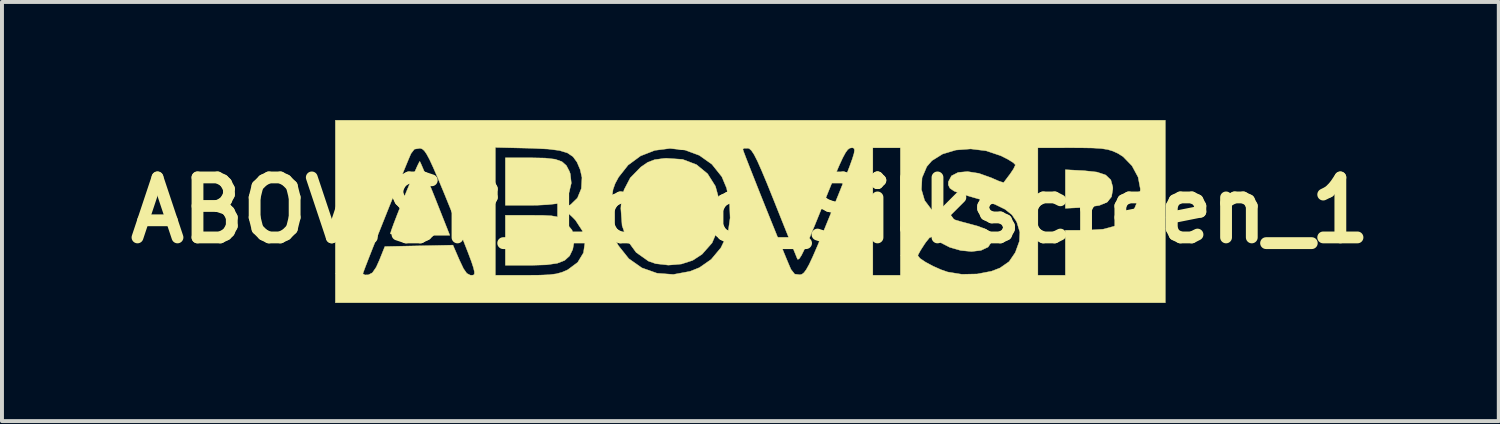
<source format=kicad_pcb>
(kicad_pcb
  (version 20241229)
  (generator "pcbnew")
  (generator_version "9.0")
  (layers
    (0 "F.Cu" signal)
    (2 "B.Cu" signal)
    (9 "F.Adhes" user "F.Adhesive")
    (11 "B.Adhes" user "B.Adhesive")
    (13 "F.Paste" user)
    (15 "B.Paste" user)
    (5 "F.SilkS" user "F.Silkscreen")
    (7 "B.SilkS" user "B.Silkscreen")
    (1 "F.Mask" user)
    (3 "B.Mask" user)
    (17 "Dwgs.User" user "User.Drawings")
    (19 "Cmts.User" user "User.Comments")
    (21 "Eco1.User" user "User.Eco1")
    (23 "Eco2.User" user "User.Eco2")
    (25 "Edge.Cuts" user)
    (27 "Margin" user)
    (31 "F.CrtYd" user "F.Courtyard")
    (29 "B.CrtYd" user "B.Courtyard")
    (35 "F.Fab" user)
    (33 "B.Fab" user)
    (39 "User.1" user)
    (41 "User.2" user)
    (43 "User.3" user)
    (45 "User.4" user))
  (footprint "ABOVISP_Logo_Silkscreen_1"
    (layer "F.Cu")
    (at 16.009 2.291)
    (property "Reference" "ABOVISP_Logo_Silkscreen_1" (at 0 0 0) (layer "F.SilkS") (effects (font (size 1.524 1.524) (thickness 0.3))))
    (attr through_hole)
    (fp_poly (pts (xy 8.472 -1.006) (xy 8.804 -0.97) (xy 9.027 -0.895) (xy 9.156 -0.771) (xy 9.206 -0.59) (xy 9.207 -0.54) (xy 9.174 -0.344) (xy 9.065 -0.208) (xy 8.864 -0.123) (xy 8.558 -0.079) (xy 8.472 -0.073) (xy 8.001 -0.05) (xy 8.001 -1.03) (xy 8.472 -1.006)) (stroke (width 0.01) (type solid)) (fill yes) (layer "F.SilkS"))
    (fp_poly (pts (xy -5.213 -1.326) (xy -4.96 -1.297) (xy -4.787 -1.236) (xy -4.673 -1.136) (xy -4.595 -0.987) (xy -4.574 -0.926) (xy -4.548 -0.69) (xy -4.605 -0.453) (xy -4.728 -0.262) (xy -4.816 -0.196) (xy -4.933 -0.166) (xy -5.142 -0.143) (xy -5.409 -0.129) (xy -5.584 -0.127) (xy -6.223 -0.127) (xy -6.223 -1.333) (xy -5.57 -1.333) (xy -5.213 -1.326)) (stroke (width 0.01) (type solid)) (fill yes) (layer "F.SilkS"))
    (fp_poly (pts (xy -5.259 0.129) (xy -5.054 0.14) (xy -4.916 0.164) (xy -4.815 0.208) (xy -4.721 0.277) (xy -4.711 0.286) (xy -4.529 0.504) (xy -4.469 0.754) (xy -4.511 0.992) (xy -4.59 1.157) (xy -4.715 1.272) (xy -4.904 1.346) (xy -5.178 1.385) (xy -5.556 1.397) (xy -5.585 1.397) (xy -6.223 1.397) (xy -6.223 0.127) (xy -5.561 0.127) (xy -5.259 0.129)) (stroke (width 0.01) (type solid)) (fill yes) (layer "F.SilkS"))
    (fp_poly (pts (xy -8.364 -1.175) (xy -8.294 -1.012) (xy -8.194 -0.772) (xy -8.075 -0.476) (xy -8 -0.289) (xy -7.634 0.635) (xy -8.389 0.635) (xy -8.682 0.632) (xy -8.921 0.624) (xy -9.084 0.612) (xy -9.144 0.598) (xy -9.144 0.598) (xy -9.122 0.518) (xy -9.062 0.351) (xy -8.974 0.122) (xy -8.868 -0.147) (xy -8.754 -0.43) (xy -8.641 -0.703) (xy -8.539 -0.944) (xy -8.458 -1.127) (xy -8.407 -1.229) (xy -8.396 -1.242) (xy -8.364 -1.175)) (stroke (width 0.01) (type solid)) (fill yes) (layer "F.SilkS"))
    (fp_poly (pts (xy -1.721 -1.293) (xy -1.368 -1.159) (xy -1.087 -0.928) (xy -0.887 -0.611) (xy -0.779 -0.218) (xy -0.763 0.032) (xy -0.816 0.464) (xy -0.972 0.828) (xy -1.227 1.117) (xy -1.466 1.273) (xy -1.752 1.365) (xy -2.083 1.393) (xy -2.404 1.356) (xy -2.588 1.292) (xy -2.9 1.071) (xy -3.125 0.765) (xy -3.258 0.388) (xy -3.29 -0.047) (xy -3.283 -0.143) (xy -3.209 -0.519) (xy -3.05 -0.824) (xy -2.787 -1.093) (xy -2.776 -1.102) (xy -2.606 -1.219) (xy -2.432 -1.285) (xy -2.198 -1.317) (xy -2.136 -1.321) (xy -1.721 -1.293)) (stroke (width 0.01) (type solid)) (fill yes) (layer "F.SilkS"))
    (fp_poly (pts (xy 10.541 2.349) (xy -10.541 2.349) (xy -10.541 1.613) (xy -9.842 1.613) (xy -9.79 1.642) (xy -9.703 1.64) (xy -9.6 1.587) (xy -9.503 1.446) (xy -9.424 1.27) (xy -9.284 0.921) (xy -7.554 0.885) (xy -7.388 1.268) (xy -7.286 1.483) (xy -7.202 1.602) (xy -7.117 1.647) (xy -7.076 1.651) (xy -6.477 1.651) (xy -5.697 1.651) (xy -5.354 1.648) (xy -5.107 1.637) (xy -4.928 1.614) (xy -4.785 1.575) (xy -4.649 1.516) (xy -4.634 1.508) (xy -4.385 1.322) (xy -4.239 1.08) (xy -4.199 0.807) (xy -4.265 0.523) (xy -4.442 0.252) (xy -4.505 0.187) (xy -4.668 0.032) (xy -3.524 0.032) (xy -3.52 0.32) (xy -3.502 0.522) (xy -3.461 0.678) (xy -3.391 0.828) (xy -3.349 0.901) (xy -3.088 1.229) (xy -2.755 1.463) (xy -2.371 1.599) (xy -1.956 1.63) (xy -1.53 1.551) (xy -1.293 1.456) (xy -0.995 1.248) (xy -0.748 0.952) (xy -0.582 0.604) (xy -0.564 0.546) (xy -0.514 0.195) (xy -0.529 -0.192) (xy -0.603 -0.563) (xy -0.724 -0.852) (xy -0.977 -1.169) (xy -1.296 -1.395) (xy -1.658 -1.529) (xy -1.84 -1.549) (xy -0.191 -1.549) (xy -0.168 -1.482) (xy -0.105 -1.316) (xy -0.009 -1.071) (xy 0.111 -0.767) (xy 0.248 -0.421) (xy 0.395 -0.054) (xy 0.544 0.316) (xy 0.687 0.669) (xy 0.816 0.986) (xy 0.923 1.247) (xy 1.002 1.434) (xy 1.032 1.502) (xy 1.126 1.621) (xy 1.261 1.638) (xy 1.312 1.624) (xy 1.363 1.584) (xy 1.421 1.505) (xy 1.493 1.376) (xy 1.584 1.182) (xy 1.702 0.91) (xy 1.853 0.549) (xy 2.043 0.084) (xy 2.07 0.016) (xy 2.263 -0.46) (xy 2.411 -0.831) (xy 2.52 -1.11) (xy 2.592 -1.311) (xy 2.633 -1.446) (xy 2.645 -1.528) (xy 2.634 -1.57) (xy 2.603 -1.586) (xy 2.574 -1.587) (xy 3.111 -1.587) (xy 3.111 1.651) (xy 3.81 1.651) (xy 3.81 1.153) (xy 4.255 1.153) (xy 4.308 1.221) (xy 4.447 1.315) (xy 4.638 1.418) (xy 4.848 1.511) (xy 5.013 1.568) (xy 5.371 1.626) (xy 5.76 1.618) (xy 6.126 1.548) (xy 6.341 1.465) (xy 6.572 1.304) (xy 6.724 1.081) (xy 6.734 1.06) (xy 6.833 0.787) (xy 6.845 0.557) (xy 6.774 0.32) (xy 6.754 0.276) (xy 6.644 0.114) (xy 6.47 -0.025) (xy 6.214 -0.15) (xy 5.857 -0.271) (xy 5.672 -0.324) (xy 5.372 -0.411) (xy 5.177 -0.486) (xy 5.069 -0.56) (xy 5.028 -0.644) (xy 5.029 -0.723) (xy 5.108 -0.874) (xy 5.276 -0.961) (xy 5.515 -0.983) (xy 5.804 -0.938) (xy 6.121 -0.825) (xy 6.147 -0.813) (xy 6.31 -0.742) (xy 6.416 -0.707) (xy 6.437 -0.707) (xy 6.482 -0.768) (xy 6.573 -0.889) (xy 6.592 -0.913) (xy 6.684 -1.05) (xy 6.73 -1.147) (xy 6.731 -1.155) (xy 6.678 -1.21) (xy 6.539 -1.296) (xy 6.366 -1.384) (xy 5.988 -1.511) (xy 5.598 -1.559) (xy 5.22 -1.53) (xy 4.883 -1.429) (xy 4.612 -1.26) (xy 4.482 -1.11) (xy 4.361 -0.826) (xy 4.345 -0.529) (xy 4.427 -0.249) (xy 4.6 -0.02) (xy 4.704 0.057) (xy 4.859 0.129) (xy 5.095 0.213) (xy 5.37 0.294) (xy 5.467 0.319) (xy 5.784 0.405) (xy 5.992 0.486) (xy 6.108 0.573) (xy 6.148 0.677) (xy 6.134 0.791) (xy 6.039 0.934) (xy 5.858 1.019) (xy 5.618 1.047) (xy 5.345 1.021) (xy 5.066 0.941) (xy 4.807 0.808) (xy 4.689 0.718) (xy 4.616 0.672) (xy 4.55 0.697) (xy 4.459 0.809) (xy 4.419 0.867) (xy 4.321 1.02) (xy 4.262 1.129) (xy 4.255 1.153) (xy 3.81 1.153) (xy 3.81 -1.587) (xy 7.303 -1.587) (xy 7.303 1.651) (xy 8.001 1.651) (xy 8.001 0.508) (xy 8.527 0.508) (xy 8.958 0.481) (xy 9.29 0.393) (xy 9.54 0.239) (xy 9.725 0.008) (xy 9.763 -0.061) (xy 9.849 -0.271) (xy 9.9 -0.473) (xy 9.906 -0.54) (xy 9.849 -0.841) (xy 9.694 -1.129) (xy 9.468 -1.362) (xy 9.337 -1.445) (xy 9.209 -1.503) (xy 9.078 -1.543) (xy 8.918 -1.568) (xy 8.701 -1.582) (xy 8.399 -1.587) (xy 8.178 -1.588) (xy 7.303 -1.587) (xy 3.81 -1.587) (xy 3.111 -1.587) (xy 2.574 -1.587) (xy 2.524 -1.578) (xy 2.474 -1.541) (xy 2.417 -1.463) (xy 2.345 -1.33) (xy 2.253 -1.13) (xy 2.133 -0.847) (xy 1.98 -0.471) (xy 1.837 -0.115) (xy 1.647 0.354) (xy 1.497 0.714) (xy 1.383 0.973) (xy 1.299 1.143) (xy 1.241 1.231) (xy 1.205 1.248) (xy 1.194 1.234) (xy 1.156 1.141) (xy 1.078 0.949) (xy 0.968 0.676) (xy 0.834 0.342) (xy 0.683 -0.036) (xy 0.609 -0.222) (xy 0.43 -0.666) (xy 0.289 -1.003) (xy 0.18 -1.249) (xy 0.095 -1.416) (xy 0.028 -1.517) (xy -0.028 -1.566) (xy -0.057 -1.576) (xy -0.163 -1.574) (xy -0.191 -1.549) (xy -1.84 -1.549) (xy -2.042 -1.571) (xy -2.426 -1.522) (xy -2.788 -1.381) (xy -3.105 -1.148) (xy -3.347 -0.841) (xy -3.434 -0.679) (xy -3.487 -0.531) (xy -3.514 -0.355) (xy -3.524 -0.11) (xy -3.524 0.032) (xy -4.668 0.032) (xy -4.743 -0.04) (xy -4.567 -0.142) (xy -4.393 -0.31) (xy -4.293 -0.552) (xy -4.277 -0.831) (xy -4.322 -1.032) (xy -4.403 -1.222) (xy -4.504 -1.361) (xy -4.646 -1.457) (xy -4.85 -1.519) (xy -5.135 -1.555) (xy -5.522 -1.574) (xy -5.624 -1.577) (xy -6.477 -1.597) (xy -6.477 1.651) (xy -7.076 1.651) (xy -7.035 1.646) (xy -7.011 1.621) (xy -7.009 1.565) (xy -7.032 1.463) (xy -7.084 1.304) (xy -7.171 1.073) (xy -7.294 0.759) (xy -7.46 0.348) (xy -7.582 0.048) (xy -7.777 -0.432) (xy -7.933 -0.806) (xy -8.055 -1.088) (xy -8.149 -1.291) (xy -8.223 -1.428) (xy -8.282 -1.513) (xy -8.334 -1.557) (xy -8.385 -1.574) (xy -8.391 -1.575) (xy -8.534 -1.552) (xy -8.62 -1.439) (xy -8.678 -1.305) (xy -8.769 -1.085) (xy -8.887 -0.798) (xy -9.022 -0.465) (xy -9.169 -0.103) (xy -9.317 0.268) (xy -9.461 0.629) (xy -9.593 0.96) (xy -9.704 1.243) (xy -9.787 1.458) (xy -9.834 1.586) (xy -9.842 1.613) (xy -10.541 1.613) (xy -10.541 -2.286) (xy 10.541 -2.286) (xy 10.541 2.349)) (stroke (width 0.01) (type solid)) (fill yes) (layer "F.SilkS")))
  (gr_rect
    (start -3 -3)
    (end 35.019 7.646)
    (stroke (width 0.1) (type default))
    (fill no)
    (layer "Edge.Cuts")))
</source>
